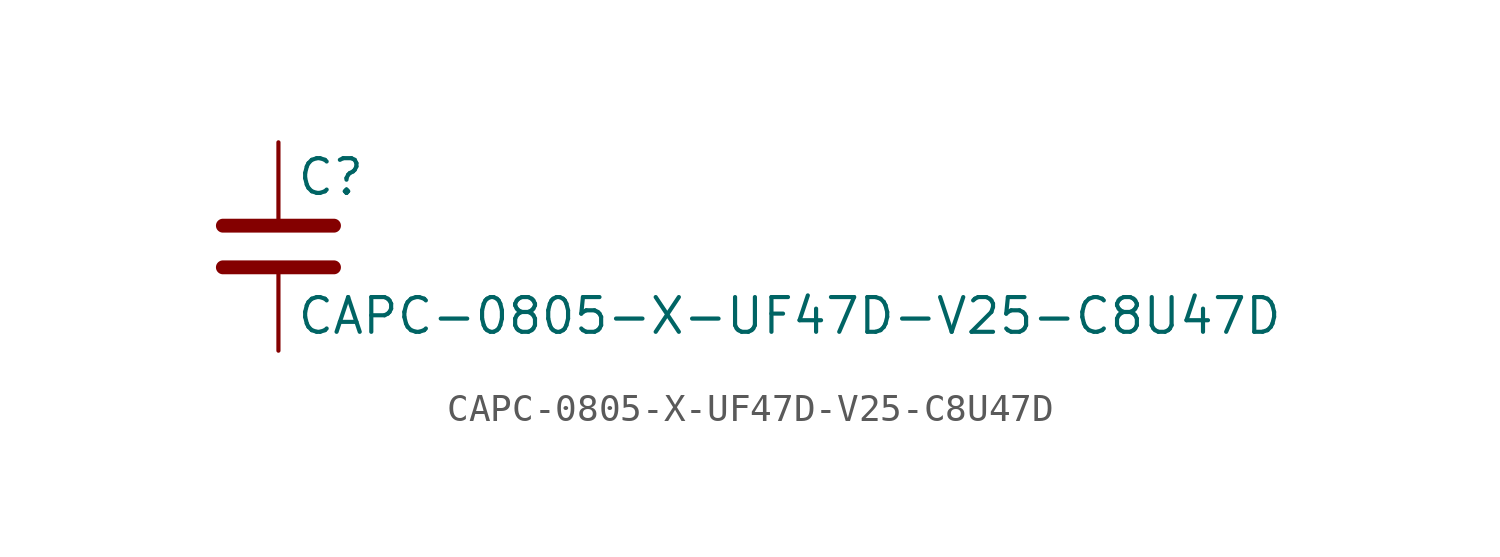
<source format=kicad_sym>
(kicad_symbol_lib
  (version 20211014)
  (generator kicad_symbol_editor)
  (symbol "CAPC-0805-X-UF47D-V25-C8U47D"
    (pin_numbers hide)
    (pin_names
      (offset 0.254))
    (property "Reference" "C"
      (at 0.635 2.54 0)
      (effects (font (size 1.27 1.27)) (justify left)))
    (property "Value" "CAPC-0805-X-UF47D-V25-C8U47D"
      (at 0.635 -2.54 0)
      (effects (font (size 1.27 1.27)) (justify left)))
    (symbol "CAPC-0805-X-UF47D-V25-C8U47D_0_1"
      (polyline (pts (xy -2.032 -0.762) (xy 2.032 -0.762)) (stroke (width 0.508) (type default) (color 0 0 0 0)) (fill (type none)))
      (polyline (pts (xy -2.032 0.762) (xy 2.032 0.762)) (stroke (width 0.508) (type default) (color 0 0 0 0)) (fill (type none))))
    (symbol "CAPC-0805-X-UF47D-V25-C8U47D_1_1"
      (pin passive line (at 0 3.81 270) (length 2.794) (name "~" (effects (font (size 1.27 1.27)))) (number "1" (effects (font (size 1.27 1.27)))))
      (pin passive line (at 0 -3.81 90) (length 2.794) (name "~" (effects (font (size 1.27 1.27)))) (number "2" (effects (font (size 1.27 1.27))))))))
</source>
